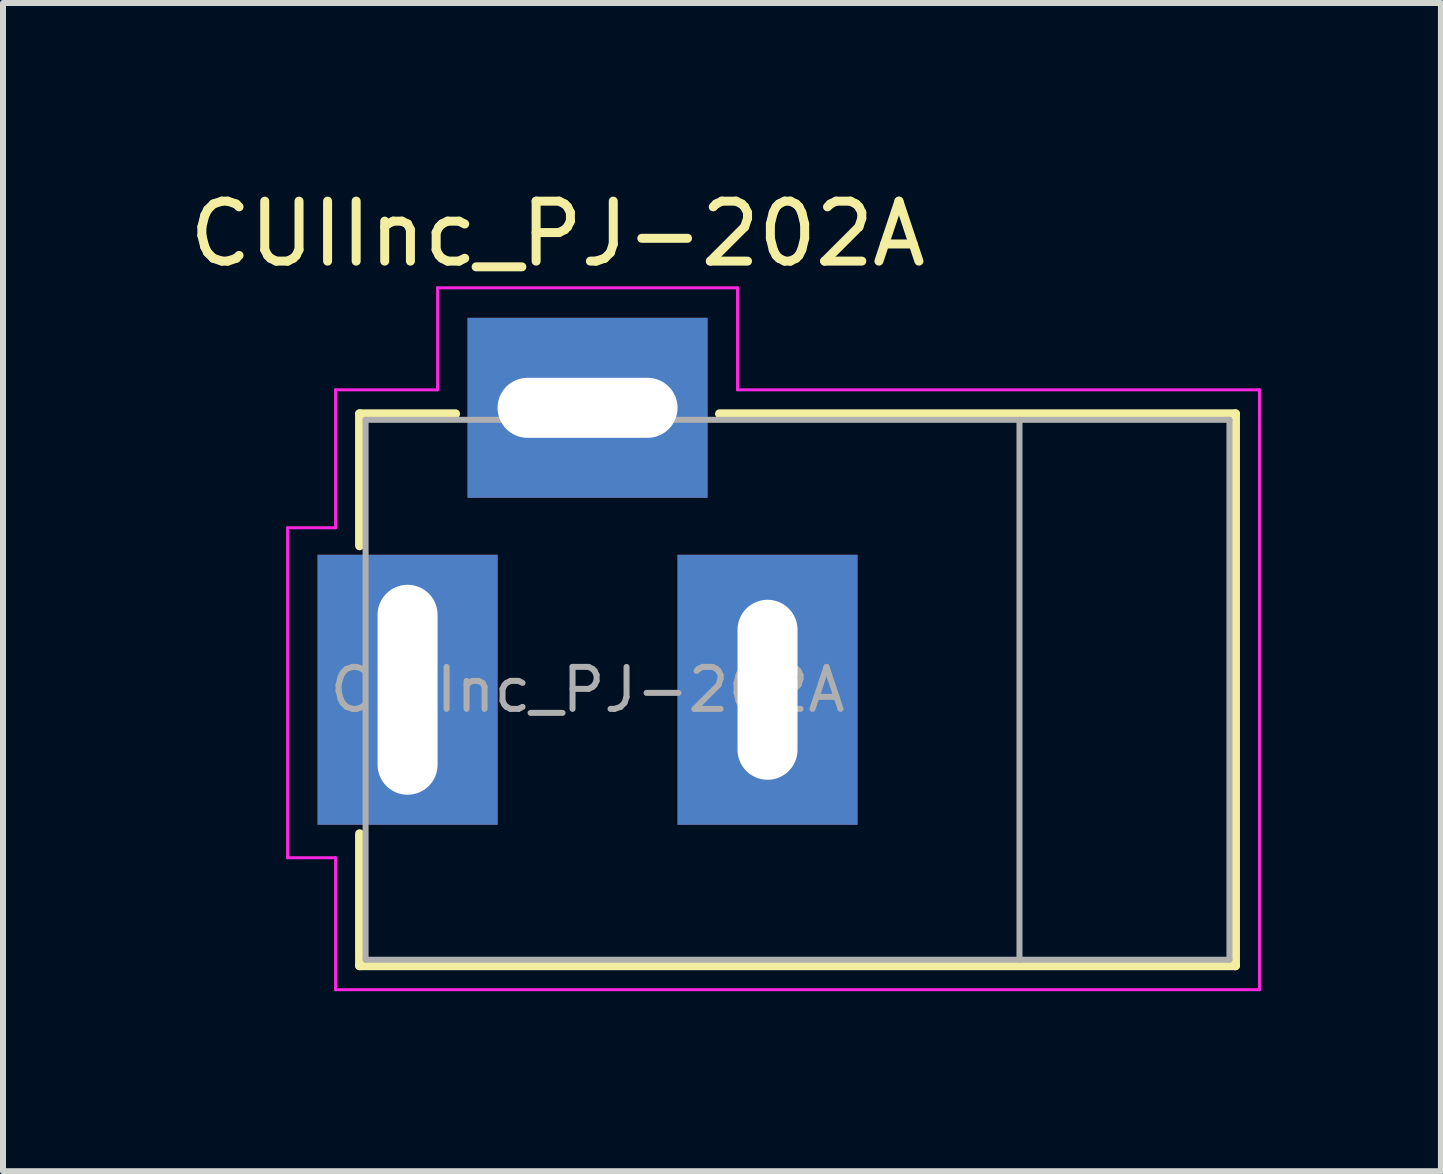
<source format=kicad_pcb>
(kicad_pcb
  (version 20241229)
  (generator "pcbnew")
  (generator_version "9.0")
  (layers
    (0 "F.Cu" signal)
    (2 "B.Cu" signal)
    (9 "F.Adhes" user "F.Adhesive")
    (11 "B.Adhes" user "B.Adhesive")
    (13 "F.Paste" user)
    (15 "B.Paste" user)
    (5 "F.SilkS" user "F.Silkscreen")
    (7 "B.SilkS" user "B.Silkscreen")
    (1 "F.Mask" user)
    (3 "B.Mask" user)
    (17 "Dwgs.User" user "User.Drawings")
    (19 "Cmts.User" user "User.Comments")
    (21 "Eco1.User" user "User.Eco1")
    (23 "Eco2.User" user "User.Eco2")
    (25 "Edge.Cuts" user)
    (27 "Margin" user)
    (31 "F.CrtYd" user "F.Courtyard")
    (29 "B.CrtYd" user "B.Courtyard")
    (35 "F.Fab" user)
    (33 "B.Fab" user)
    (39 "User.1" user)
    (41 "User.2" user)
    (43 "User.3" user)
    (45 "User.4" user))
  (footprint "CUIInc_PJ-202A"
    (layer "F.Cu")
    (at 3.744 8.448)
    (property "Reference" "CUIInc_PJ-202A" (at 2.5 -7.6 0) (layer "F.SilkS") (effects (font (size 1 1) (thickness 0.15))))
    (attr through_hole)
    (fp_line (start -0.8 -4.6) (end -0.8 -2.4) (stroke (width 0.15) (type solid)) (layer "F.SilkS"))
    (fp_line (start -0.8 2.4) (end -0.8 4.6) (stroke (width 0.15) (type solid)) (layer "F.SilkS"))
    (fp_line (start -0.8 4.6) (end 13.8 4.6) (stroke (width 0.15) (type solid)) (layer "F.SilkS"))
    (fp_line (start 0.8 -4.6) (end -0.8 -4.6) (stroke (width 0.15) (type solid)) (layer "F.SilkS"))
    (fp_line (start 13.8 -4.6) (end 5.2 -4.6) (stroke (width 0.15) (type solid)) (layer "F.SilkS"))
    (fp_line (start 13.8 4.6) (end 13.8 -4.6) (stroke (width 0.15) (type solid)) (layer "F.SilkS"))
    (fp_line (start -2 -2.7) (end -2 2.8) (stroke (width 0.05) (type solid)) (layer "F.CrtYd"))
    (fp_line (start -2 2.8) (end -1.2 2.8) (stroke (width 0.05) (type solid)) (layer "F.CrtYd"))
    (fp_line (start -1.2 -5) (end -1.2 -2.7) (stroke (width 0.05) (type solid)) (layer "F.CrtYd"))
    (fp_line (start -1.2 -2.7) (end -2 -2.7) (stroke (width 0.05) (type solid)) (layer "F.CrtYd"))
    (fp_line (start -1.2 2.8) (end -1.2 5) (stroke (width 0.05) (type solid)) (layer "F.CrtYd"))
    (fp_line (start -1.2 5) (end 14.2 5) (stroke (width 0.05) (type solid)) (layer "F.CrtYd"))
    (fp_line (start 0.5 -6.7) (end 5.5 -6.7) (stroke (width 0.05) (type solid)) (layer "F.CrtYd"))
    (fp_line (start 0.5 -5) (end -1.2 -5) (stroke (width 0.05) (type solid)) (layer "F.CrtYd"))
    (fp_line (start 0.5 -5) (end 0.5 -6.7) (stroke (width 0.05) (type solid)) (layer "F.CrtYd"))
    (fp_line (start 5.5 -5) (end 5.5 -6.7) (stroke (width 0.05) (type solid)) (layer "F.CrtYd"))
    (fp_line (start 14.2 -5) (end 5.5 -5) (stroke (width 0.05) (type solid)) (layer "F.CrtYd"))
    (fp_line (start 14.2 5) (end 14.2 -5) (stroke (width 0.05) (type solid)) (layer "F.CrtYd"))
    (fp_line (start -0.7 -4.5) (end 13.7 -4.5) (stroke (width 0.1) (type solid)) (layer "F.Fab"))
    (fp_line (start -0.7 4.5) (end -0.7 -4.5) (stroke (width 0.1) (type solid)) (layer "F.Fab"))
    (fp_line (start 10.2 -4.5) (end 10.2 4.5) (stroke (width 0.1) (type solid)) (layer "F.Fab"))
    (fp_line (start 13.7 -4.5) (end 13.7 4.5) (stroke (width 0.1) (type solid)) (layer "F.Fab"))
    (fp_line (start 13.7 4.5) (end -0.7 4.5) (stroke (width 0.1) (type solid)) (layer "F.Fab"))
    (fp_text user "${REFERENCE}" (at 3 0 0) (layer "F.Fab") (effects (font (size 0.7 0.7) (thickness 0.1))))
    (pad "1" thru_hole rect (at 0 0) (size 3 4.5) (drill oval 1 3.5) (layers "*.Cu" "*.Mask"))
    (pad "2" thru_hole rect (at 6 0) (size 3 4.5) (drill oval 1 3) (layers "*.Cu" "*.Mask"))
    (pad "3" thru_hole rect (at 3 -4.7 90) (size 3 4) (drill oval 1 3) (layers "*.Cu" "*.Mask")))
  (gr_rect
    (start -3 -3)
    (end 20.969 16.473)
    (stroke (width 0.1) (type default))
    (fill no)
    (layer "Edge.Cuts")))
</source>
